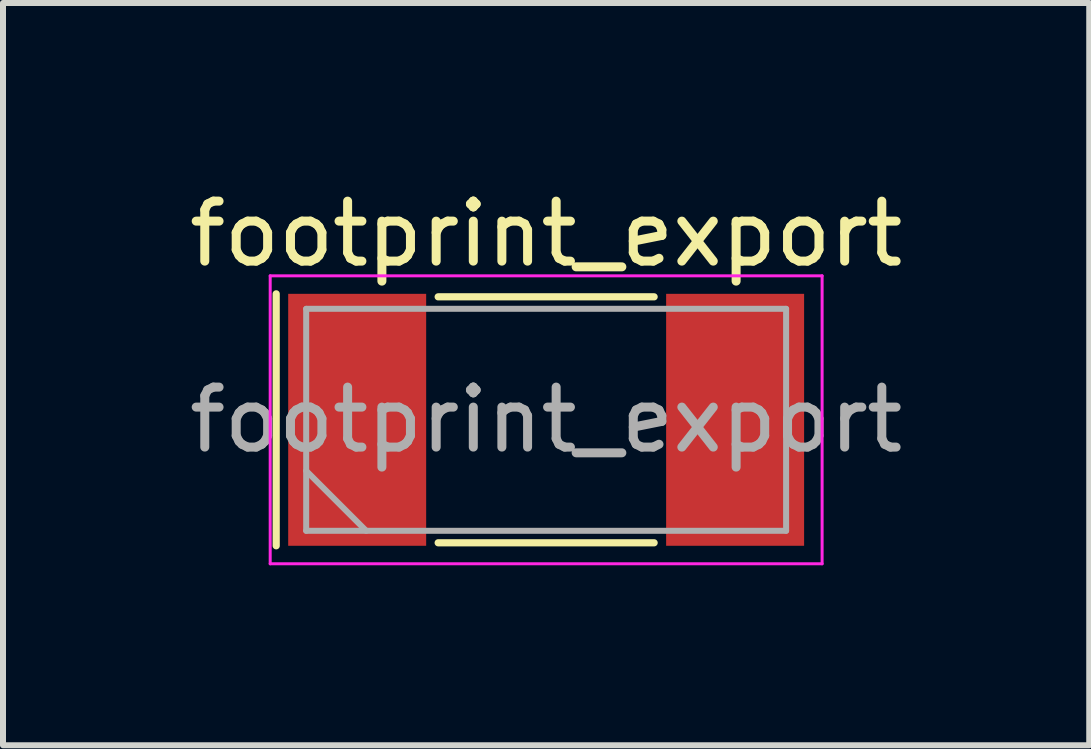
<source format=kicad_pcb>
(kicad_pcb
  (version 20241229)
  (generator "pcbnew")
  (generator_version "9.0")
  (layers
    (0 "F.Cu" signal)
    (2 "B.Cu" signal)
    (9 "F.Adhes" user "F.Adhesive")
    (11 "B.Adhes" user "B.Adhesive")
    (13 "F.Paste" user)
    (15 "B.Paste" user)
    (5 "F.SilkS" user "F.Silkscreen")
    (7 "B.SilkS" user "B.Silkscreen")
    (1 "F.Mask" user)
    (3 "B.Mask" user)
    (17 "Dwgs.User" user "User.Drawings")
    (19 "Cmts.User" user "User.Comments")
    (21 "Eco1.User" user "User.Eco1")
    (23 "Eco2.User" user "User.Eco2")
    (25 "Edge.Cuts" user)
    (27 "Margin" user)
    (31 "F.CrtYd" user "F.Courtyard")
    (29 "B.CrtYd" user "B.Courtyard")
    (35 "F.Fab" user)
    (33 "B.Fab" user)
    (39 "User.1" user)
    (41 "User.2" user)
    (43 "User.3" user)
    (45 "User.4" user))
  (footprint "footprint_export"
    (layer "F.Cu")
    (at 6.054 3.948)
    (property "Reference" "footprint_export" (at 0 -3.1 0) (layer "F.SilkS") (effects (font (size 1 1) (thickness 0.15))))
    (attr smd)
    (fp_line (start -4.5 -2.1) (end -4.5 2.1) (stroke (width 0.12) (type solid)) (layer "F.SilkS"))
    (fp_line (start -1.8 -2.05) (end 1.8 -2.05) (stroke (width 0.12) (type solid)) (layer "F.SilkS"))
    (fp_line (start -1.8 2.05) (end 1.8 2.05) (stroke (width 0.12) (type solid)) (layer "F.SilkS"))
    (fp_line (start -4.6 -2.4) (end -4.6 2.4) (stroke (width 0.05) (type solid)) (layer "F.CrtYd"))
    (fp_line (start -4.6 2.4) (end 4.6 2.4) (stroke (width 0.05) (type solid)) (layer "F.CrtYd"))
    (fp_line (start 4.6 -2.4) (end -4.6 -2.4) (stroke (width 0.05) (type solid)) (layer "F.CrtYd"))
    (fp_line (start 4.6 2.4) (end 4.6 -2.4) (stroke (width 0.05) (type solid)) (layer "F.CrtYd"))
    (fp_line (start -4 -1.85) (end -4 1.85) (stroke (width 0.1) (type solid)) (layer "F.Fab"))
    (fp_line (start -4 0.85) (end -3 1.85) (stroke (width 0.1) (type solid)) (layer "F.Fab"))
    (fp_line (start -4 1.85) (end 4 1.85) (stroke (width 0.1) (type solid)) (layer "F.Fab"))
    (fp_line (start 4 -1.85) (end -4 -1.85) (stroke (width 0.1) (type solid)) (layer "F.Fab"))
    (fp_line (start 4 1.85) (end 4 -1.85) (stroke (width 0.1) (type solid)) (layer "F.Fab"))
    (fp_text user "${REFERENCE}" (at 0 0 0) (layer "F.Fab") (effects (font (size 1 1) (thickness 0.15))))
    (pad "1" smd rect (at -3.15 0) (size 2.3 4.2) (layers "F.Cu" "F.Mask" "F.Paste"))
    (pad "2" smd rect (at 3.15 0) (size 2.3 4.2) (layers "F.Cu" "F.Mask" "F.Paste")))
  (gr_rect
    (start -3 -3)
    (end 15.107 9.373)
    (stroke (width 0.1) (type default))
    (fill no)
    (layer "Edge.Cuts")))
</source>
